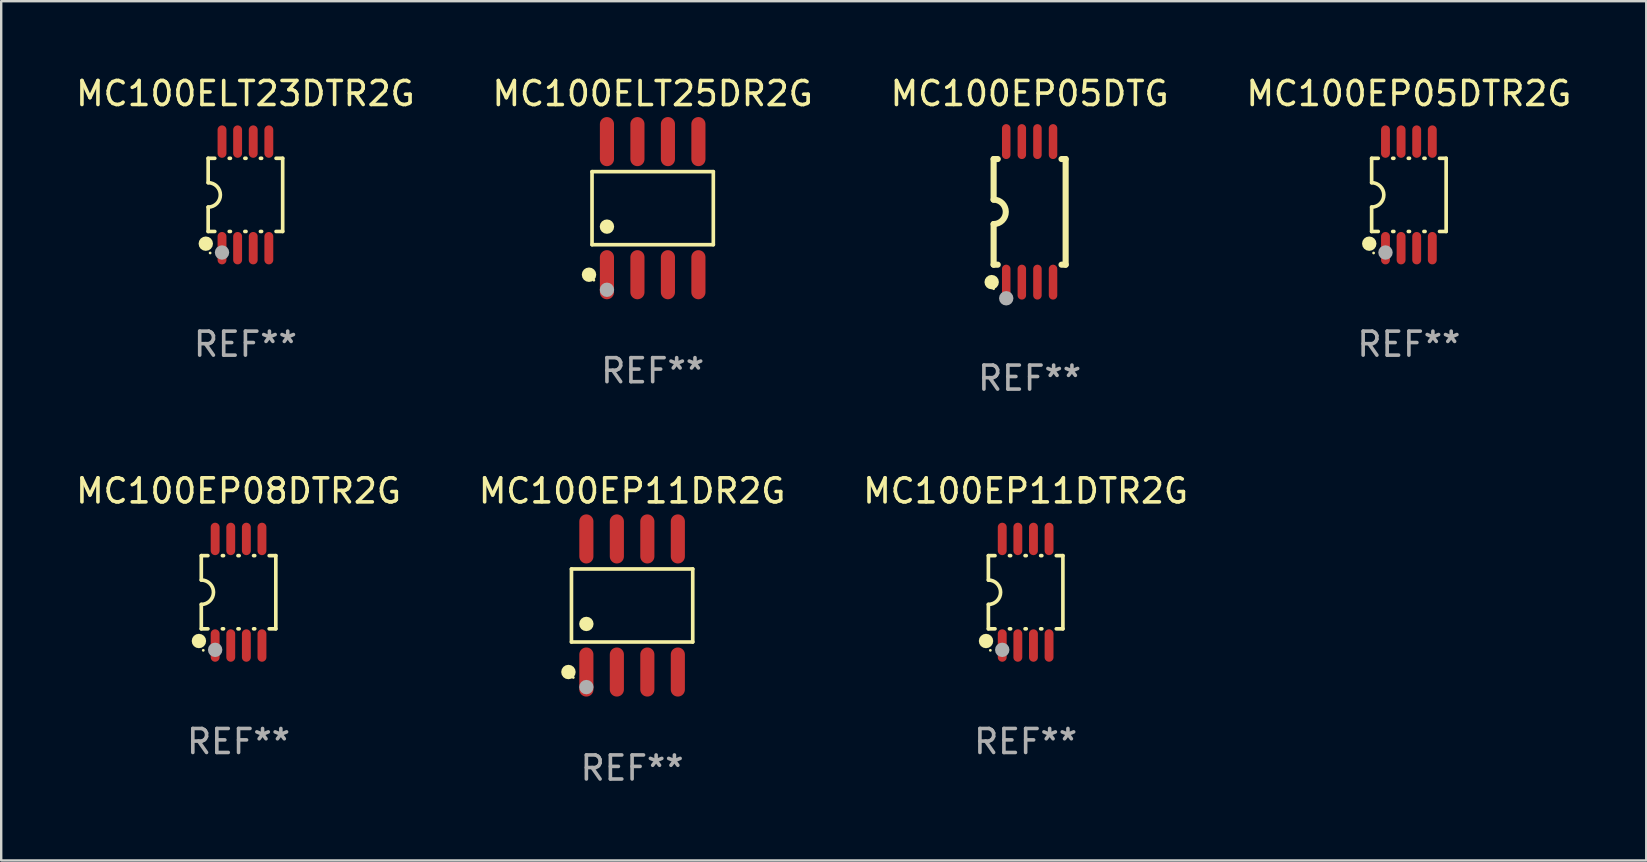
<source format=kicad_pcb>
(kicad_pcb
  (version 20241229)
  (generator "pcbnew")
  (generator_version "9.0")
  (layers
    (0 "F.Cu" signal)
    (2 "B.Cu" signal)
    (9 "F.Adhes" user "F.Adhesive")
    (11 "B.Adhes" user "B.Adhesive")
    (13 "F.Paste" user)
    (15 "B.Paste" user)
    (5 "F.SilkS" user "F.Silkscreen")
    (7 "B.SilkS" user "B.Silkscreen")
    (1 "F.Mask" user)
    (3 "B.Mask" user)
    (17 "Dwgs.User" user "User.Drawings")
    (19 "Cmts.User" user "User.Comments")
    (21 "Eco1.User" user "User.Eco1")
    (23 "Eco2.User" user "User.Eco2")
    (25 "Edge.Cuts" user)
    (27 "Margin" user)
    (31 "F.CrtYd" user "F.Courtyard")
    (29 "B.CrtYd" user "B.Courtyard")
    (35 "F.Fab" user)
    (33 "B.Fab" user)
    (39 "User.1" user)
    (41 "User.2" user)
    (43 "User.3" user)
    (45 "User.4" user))
  (footprint "MC100ELT25DR2G"
    (layer "F.Cu")
    (at 24.137 5.621)
    (property "Reference" "MC100ELT25DR2G" (at 0 -4.772 0) (layer "F.SilkS") (effects (font (size 1 1) (thickness 0.15))))
    (attr through_hole)
    (fp_line (start -2.526 -1.521) (end 2.526 -1.521) (stroke (width 0.152) (type solid)) (layer "F.SilkS"))
    (fp_line (start -2.526 1.521) (end -2.526 -1.521) (stroke (width 0.152) (type solid)) (layer "F.SilkS"))
    (fp_line (start 2.526 -1.521) (end 2.526 1.521) (stroke (width 0.152) (type solid)) (layer "F.SilkS"))
    (fp_line (start 2.526 1.521) (end -2.526 1.521) (stroke (width 0.152) (type solid)) (layer "F.SilkS"))
    (fp_circle (center -2.652 2.772) (end -2.501 2.772) (stroke (width 0.3) (type solid)) (fill no) (layer "F.SilkS"))
    (fp_circle (center -2.45 3) (end -2.42 3) (stroke (width 0.06) (type solid)) (fill no) (layer "F.SilkS"))
    (fp_circle (center -1.905 0.769) (end -1.755 0.769) (stroke (width 0.3) (type solid)) (fill no) (layer "F.SilkS"))
    (fp_circle (center -1.905 3.4) (end -1.755 3.4) (stroke (width 0.3) (type solid)) (fill no) (layer "F.Fab"))
    (fp_text user "REF**" (at 0 6.772 0) (layer "F.Fab") (effects (font (size 1 1) (thickness 0.15))))
    (pad "1" smd oval (at -1.905 2.772) (size 0.588 2.045) (layers "F.Cu" "F.Mask" "F.Paste"))
    (pad "2" smd oval (at -0.635 2.772) (size 0.588 2.045) (layers "F.Cu" "F.Mask" "F.Paste"))
    (pad "3" smd oval (at 0.635 2.772) (size 0.588 2.045) (layers "F.Cu" "F.Mask" "F.Paste"))
    (pad "4" smd oval (at 1.905 2.772) (size 0.588 2.045) (layers "F.Cu" "F.Mask" "F.Paste"))
    (pad "5" smd oval (at 1.905 -2.772) (size 0.588 2.045) (layers "F.Cu" "F.Mask" "F.Paste"))
    (pad "6" smd oval (at 0.635 -2.772) (size 0.588 2.045) (layers "F.Cu" "F.Mask" "F.Paste"))
    (pad "7" smd oval (at -0.635 -2.772) (size 0.588 2.045) (layers "F.Cu" "F.Mask" "F.Paste"))
    (pad "8" smd oval (at -1.905 -2.772) (size 0.588 2.045) (layers "F.Cu" "F.Mask" "F.Paste")))
  (footprint "MC100ELT23DTR2G"
    (layer "F.Cu")
    (at 7.173 5.068)
    (property "Reference" "MC100ELT23DTR2G" (at 0 -4.22 0) (layer "F.SilkS") (effects (font (size 1 1) (thickness 0.15))))
    (attr through_hole)
    (fp_line (start -1.552 -1.524) (end -1.276 -1.524) (stroke (width 0.152) (type solid)) (layer "F.SilkS"))
    (fp_line (start -1.552 -0.508) (end -1.552 -1.524) (stroke (width 0.152) (type solid)) (layer "F.SilkS"))
    (fp_line (start -1.552 1.524) (end -1.552 0.508) (stroke (width 0.152) (type solid)) (layer "F.SilkS"))
    (fp_line (start -1.552 1.524) (end -1.276 1.524) (stroke (width 0.152) (type solid)) (layer "F.SilkS"))
    (fp_line (start -0.674 -1.524) (end -0.626 -1.524) (stroke (width 0.152) (type solid)) (layer "F.SilkS"))
    (fp_line (start -0.674 1.524) (end -0.626 1.524) (stroke (width 0.152) (type solid)) (layer "F.SilkS"))
    (fp_line (start -0.024 -1.524) (end 0.024 -1.524) (stroke (width 0.152) (type solid)) (layer "F.SilkS"))
    (fp_line (start -0.024 1.524) (end 0.024 1.524) (stroke (width 0.152) (type solid)) (layer "F.SilkS"))
    (fp_line (start 0.626 -1.524) (end 0.674 -1.524) (stroke (width 0.152) (type solid)) (layer "F.SilkS"))
    (fp_line (start 0.626 1.524) (end 0.674 1.524) (stroke (width 0.152) (type solid)) (layer "F.SilkS"))
    (fp_line (start 1.276 1.524) (end 1.552 1.524) (stroke (width 0.152) (type solid)) (layer "F.SilkS"))
    (fp_line (start 1.276 -1.524) (end 1.552 -1.524) (stroke (width 0.152) (type solid)) (layer "F.SilkS"))
    (fp_line (start 1.552 -1.524) (end 1.552 1.524) (stroke (width 0.152) (type solid)) (layer "F.SilkS"))
    (fp_arc (start -1.551943 -0.508001) (mid -1.043942 0) (end -1.551943 0.508001) (stroke (width 0.151994) (type solid)) (layer "F.SilkS"))
    (fp_circle (center -1.651 2.032) (end -1.501 2.032) (stroke (width 0.3) (type solid)) (fill no) (layer "F.SilkS"))
    (fp_circle (center -1.47 2.42) (end -1.44 2.42) (stroke (width 0.06) (type solid)) (fill no) (layer "F.SilkS"))
    (fp_circle (center -0.975 2.4) (end -0.825 2.4) (stroke (width 0.3) (type solid)) (fill no) (layer "F.Fab"))
    (fp_text user "REF**" (at 0 6.22 0) (layer "F.Fab") (effects (font (size 1 1) (thickness 0.15))))
    (pad "1" smd oval (at -0.975 2.22) (size 0.37 1.35) (layers "F.Cu" "F.Mask" "F.Paste"))
    (pad "2" smd oval (at -0.325 2.22) (size 0.37 1.35) (layers "F.Cu" "F.Mask" "F.Paste"))
    (pad "3" smd oval (at 0.325 2.22) (size 0.37 1.35) (layers "F.Cu" "F.Mask" "F.Paste"))
    (pad "4" smd oval (at 0.975 2.22) (size 0.37 1.35) (layers "F.Cu" "F.Mask" "F.Paste"))
    (pad "5" smd oval (at 0.975 -2.22) (size 0.37 1.35) (layers "F.Cu" "F.Mask" "F.Paste"))
    (pad "6" smd oval (at 0.325 -2.22) (size 0.37 1.35) (layers "F.Cu" "F.Mask" "F.Paste"))
    (pad "7" smd oval (at -0.325 -2.22) (size 0.37 1.35) (layers "F.Cu" "F.Mask" "F.Paste"))
    (pad "8" smd oval (at -0.975 -2.22) (size 0.37 1.35) (layers "F.Cu" "F.Mask" "F.Paste")))
  (footprint "MC100EP11DR2G"
    (layer "F.Cu")
    (at 23.28 22.171)
    (property "Reference" "MC100EP11DR2G" (at 0 -4.772 0) (layer "F.SilkS") (effects (font (size 1 1) (thickness 0.15))))
    (attr through_hole)
    (fp_line (start -2.526 -1.521) (end 2.526 -1.521) (stroke (width 0.152) (type solid)) (layer "F.SilkS"))
    (fp_line (start -2.526 1.521) (end -2.526 -1.521) (stroke (width 0.152) (type solid)) (layer "F.SilkS"))
    (fp_line (start 2.526 -1.521) (end 2.526 1.521) (stroke (width 0.152) (type solid)) (layer "F.SilkS"))
    (fp_line (start 2.526 1.521) (end -2.526 1.521) (stroke (width 0.152) (type solid)) (layer "F.SilkS"))
    (fp_circle (center -2.652 2.772) (end -2.501 2.772) (stroke (width 0.3) (type solid)) (fill no) (layer "F.SilkS"))
    (fp_circle (center -2.45 3) (end -2.42 3) (stroke (width 0.06) (type solid)) (fill no) (layer "F.SilkS"))
    (fp_circle (center -1.905 0.769) (end -1.755 0.769) (stroke (width 0.3) (type solid)) (fill no) (layer "F.SilkS"))
    (fp_circle (center -1.905 3.4) (end -1.755 3.4) (stroke (width 0.3) (type solid)) (fill no) (layer "F.Fab"))
    (fp_text user "REF**" (at 0 6.772 0) (layer "F.Fab") (effects (font (size 1 1) (thickness 0.15))))
    (pad "1" smd oval (at -1.905 2.772) (size 0.588 2.045) (layers "F.Cu" "F.Mask" "F.Paste"))
    (pad "2" smd oval (at -0.635 2.772) (size 0.588 2.045) (layers "F.Cu" "F.Mask" "F.Paste"))
    (pad "3" smd oval (at 0.635 2.772) (size 0.588 2.045) (layers "F.Cu" "F.Mask" "F.Paste"))
    (pad "4" smd oval (at 1.905 2.772) (size 0.588 2.045) (layers "F.Cu" "F.Mask" "F.Paste"))
    (pad "5" smd oval (at 1.905 -2.772) (size 0.588 2.045) (layers "F.Cu" "F.Mask" "F.Paste"))
    (pad "6" smd oval (at 0.635 -2.772) (size 0.588 2.045) (layers "F.Cu" "F.Mask" "F.Paste"))
    (pad "7" smd oval (at -0.635 -2.772) (size 0.588 2.045) (layers "F.Cu" "F.Mask" "F.Paste"))
    (pad "8" smd oval (at -1.905 -2.772) (size 0.588 2.045) (layers "F.Cu" "F.Mask" "F.Paste")))
  (footprint "MC100EP05DTR2G"
    (layer "F.Cu")
    (at 55.637 5.068)
    (property "Reference" "MC100EP05DTR2G" (at 0 -4.22 0) (layer "F.SilkS") (effects (font (size 1 1) (thickness 0.15))))
    (attr through_hole)
    (fp_line (start -1.552 -1.524) (end -1.276 -1.524) (stroke (width 0.152) (type solid)) (layer "F.SilkS"))
    (fp_line (start -1.552 -0.508) (end -1.552 -1.524) (stroke (width 0.152) (type solid)) (layer "F.SilkS"))
    (fp_line (start -1.552 1.524) (end -1.552 0.508) (stroke (width 0.152) (type solid)) (layer "F.SilkS"))
    (fp_line (start -1.552 1.524) (end -1.276 1.524) (stroke (width 0.152) (type solid)) (layer "F.SilkS"))
    (fp_line (start -0.674 -1.524) (end -0.626 -1.524) (stroke (width 0.152) (type solid)) (layer "F.SilkS"))
    (fp_line (start -0.674 1.524) (end -0.626 1.524) (stroke (width 0.152) (type solid)) (layer "F.SilkS"))
    (fp_line (start -0.024 -1.524) (end 0.024 -1.524) (stroke (width 0.152) (type solid)) (layer "F.SilkS"))
    (fp_line (start -0.024 1.524) (end 0.024 1.524) (stroke (width 0.152) (type solid)) (layer "F.SilkS"))
    (fp_line (start 0.626 -1.524) (end 0.674 -1.524) (stroke (width 0.152) (type solid)) (layer "F.SilkS"))
    (fp_line (start 0.626 1.524) (end 0.674 1.524) (stroke (width 0.152) (type solid)) (layer "F.SilkS"))
    (fp_line (start 1.276 1.524) (end 1.552 1.524) (stroke (width 0.152) (type solid)) (layer "F.SilkS"))
    (fp_line (start 1.276 -1.524) (end 1.552 -1.524) (stroke (width 0.152) (type solid)) (layer "F.SilkS"))
    (fp_line (start 1.552 -1.524) (end 1.552 1.524) (stroke (width 0.152) (type solid)) (layer "F.SilkS"))
    (fp_arc (start -1.551943 -0.508001) (mid -1.043942 0) (end -1.551943 0.508001) (stroke (width 0.151994) (type solid)) (layer "F.SilkS"))
    (fp_circle (center -1.651 2.032) (end -1.501 2.032) (stroke (width 0.3) (type solid)) (fill no) (layer "F.SilkS"))
    (fp_circle (center -1.47 2.42) (end -1.44 2.42) (stroke (width 0.06) (type solid)) (fill no) (layer "F.SilkS"))
    (fp_circle (center -0.975 2.4) (end -0.825 2.4) (stroke (width 0.3) (type solid)) (fill no) (layer "F.Fab"))
    (fp_text user "REF**" (at 0 6.22 0) (layer "F.Fab") (effects (font (size 1 1) (thickness 0.15))))
    (pad "1" smd oval (at -0.975 2.22) (size 0.37 1.35) (layers "F.Cu" "F.Mask" "F.Paste"))
    (pad "2" smd oval (at -0.325 2.22) (size 0.37 1.35) (layers "F.Cu" "F.Mask" "F.Paste"))
    (pad "3" smd oval (at 0.325 2.22) (size 0.37 1.35) (layers "F.Cu" "F.Mask" "F.Paste"))
    (pad "4" smd oval (at 0.975 2.22) (size 0.37 1.35) (layers "F.Cu" "F.Mask" "F.Paste"))
    (pad "5" smd oval (at 0.975 -2.22) (size 0.37 1.35) (layers "F.Cu" "F.Mask" "F.Paste"))
    (pad "6" smd oval (at 0.325 -2.22) (size 0.37 1.35) (layers "F.Cu" "F.Mask" "F.Paste"))
    (pad "7" smd oval (at -0.325 -2.22) (size 0.37 1.35) (layers "F.Cu" "F.Mask" "F.Paste"))
    (pad "8" smd oval (at -0.975 -2.22) (size 0.37 1.35) (layers "F.Cu" "F.Mask" "F.Paste")))
  (footprint "MC100EP05DTG"
    (layer "F.Cu")
    (at 39.839 5.775)
    (property "Reference" "MC100EP05DTG" (at 0 -4.927 0) (layer "F.SilkS") (effects (font (size 1 1) (thickness 0.15))))
    (attr through_hole)
    (fp_line (start -1.5 -2.2) (end -1.5 -0.508) (stroke (width 0.254) (type solid)) (layer "F.SilkS"))
    (fp_line (start -1.5 -2.2) (end -1.328 -2.2) (stroke (width 0.254) (type solid)) (layer "F.SilkS"))
    (fp_line (start -1.5 2.2) (end -1.5 0.508) (stroke (width 0.254) (type solid)) (layer "F.SilkS"))
    (fp_line (start -1.5 2.2) (end -1.328 2.2) (stroke (width 0.254) (type solid)) (layer "F.SilkS"))
    (fp_line (start 1.328 -2.2) (end 1.5 -2.2) (stroke (width 0.254) (type solid)) (layer "F.SilkS"))
    (fp_line (start 1.328 2.2) (end 1.5 2.2) (stroke (width 0.254) (type solid)) (layer "F.SilkS"))
    (fp_line (start 1.5 -2.2) (end 1.5 2.2) (stroke (width 0.254) (type solid)) (layer "F.SilkS"))
    (fp_arc (start -1.501144 -0.508) (mid -0.993143 -0.000571) (end -1.5 0.508001) (stroke (width 0.254001) (type solid)) (layer "F.SilkS"))
    (fp_circle (center -1.581 2.927) (end -1.431 2.927) (stroke (width 0.3) (type solid)) (fill no) (layer "F.SilkS"))
    (fp_circle (center -1.5 3.2) (end -1.47 3.2) (stroke (width 0.06) (type solid)) (fill no) (layer "F.SilkS"))
    (fp_circle (center -0.975 3.6) (end -0.825 3.6) (stroke (width 0.3) (type solid)) (fill no) (layer "F.Fab"))
    (fp_text user "REF**" (at 0 6.927 0) (layer "F.Fab") (effects (font (size 1 1) (thickness 0.15))))
    (pad "1" smd oval (at -0.975 2.927) (size 0.353 1.454) (layers "F.Cu" "F.Mask" "F.Paste"))
    (pad "2" smd oval (at -0.325 2.927) (size 0.353 1.454) (layers "F.Cu" "F.Mask" "F.Paste"))
    (pad "3" smd oval (at 0.325 2.927) (size 0.353 1.454) (layers "F.Cu" "F.Mask" "F.Paste"))
    (pad "4" smd oval (at 0.975 2.927) (size 0.353 1.454) (layers "F.Cu" "F.Mask" "F.Paste"))
    (pad "5" smd oval (at 0.975 -2.927) (size 0.353 1.454) (layers "F.Cu" "F.Mask" "F.Paste"))
    (pad "6" smd oval (at 0.325 -2.927) (size 0.353 1.454) (layers "F.Cu" "F.Mask" "F.Paste"))
    (pad "7" smd oval (at -0.325 -2.927) (size 0.353 1.454) (layers "F.Cu" "F.Mask" "F.Paste"))
    (pad "8" smd oval (at -0.975 -2.927) (size 0.353 1.454) (layers "F.Cu" "F.Mask" "F.Paste")))
  (footprint "MC100EP11DTR2G"
    (layer "F.Cu")
    (at 39.673 21.619)
    (property "Reference" "MC100EP11DTR2G" (at 0 -4.22 0) (layer "F.SilkS") (effects (font (size 1 1) (thickness 0.15))))
    (attr through_hole)
    (fp_line (start -1.552 -1.524) (end -1.276 -1.524) (stroke (width 0.152) (type solid)) (layer "F.SilkS"))
    (fp_line (start -1.552 -0.508) (end -1.552 -1.524) (stroke (width 0.152) (type solid)) (layer "F.SilkS"))
    (fp_line (start -1.552 1.524) (end -1.552 0.508) (stroke (width 0.152) (type solid)) (layer "F.SilkS"))
    (fp_line (start -1.552 1.524) (end -1.276 1.524) (stroke (width 0.152) (type solid)) (layer "F.SilkS"))
    (fp_line (start -0.674 -1.524) (end -0.626 -1.524) (stroke (width 0.152) (type solid)) (layer "F.SilkS"))
    (fp_line (start -0.674 1.524) (end -0.626 1.524) (stroke (width 0.152) (type solid)) (layer "F.SilkS"))
    (fp_line (start -0.024 -1.524) (end 0.024 -1.524) (stroke (width 0.152) (type solid)) (layer "F.SilkS"))
    (fp_line (start -0.024 1.524) (end 0.024 1.524) (stroke (width 0.152) (type solid)) (layer "F.SilkS"))
    (fp_line (start 0.626 -1.524) (end 0.674 -1.524) (stroke (width 0.152) (type solid)) (layer "F.SilkS"))
    (fp_line (start 0.626 1.524) (end 0.674 1.524) (stroke (width 0.152) (type solid)) (layer "F.SilkS"))
    (fp_line (start 1.276 1.524) (end 1.552 1.524) (stroke (width 0.152) (type solid)) (layer "F.SilkS"))
    (fp_line (start 1.276 -1.524) (end 1.552 -1.524) (stroke (width 0.152) (type solid)) (layer "F.SilkS"))
    (fp_line (start 1.552 -1.524) (end 1.552 1.524) (stroke (width 0.152) (type solid)) (layer "F.SilkS"))
    (fp_arc (start -1.551943 -0.508001) (mid -1.043942 0) (end -1.551943 0.508001) (stroke (width 0.151994) (type solid)) (layer "F.SilkS"))
    (fp_circle (center -1.651 2.032) (end -1.501 2.032) (stroke (width 0.3) (type solid)) (fill no) (layer "F.SilkS"))
    (fp_circle (center -1.47 2.42) (end -1.44 2.42) (stroke (width 0.06) (type solid)) (fill no) (layer "F.SilkS"))
    (fp_circle (center -0.975 2.4) (end -0.825 2.4) (stroke (width 0.3) (type solid)) (fill no) (layer "F.Fab"))
    (fp_text user "REF**" (at 0 6.22 0) (layer "F.Fab") (effects (font (size 1 1) (thickness 0.15))))
    (pad "1" smd oval (at -0.975 2.22) (size 0.37 1.35) (layers "F.Cu" "F.Mask" "F.Paste"))
    (pad "2" smd oval (at -0.325 2.22) (size 0.37 1.35) (layers "F.Cu" "F.Mask" "F.Paste"))
    (pad "3" smd oval (at 0.325 2.22) (size 0.37 1.35) (layers "F.Cu" "F.Mask" "F.Paste"))
    (pad "4" smd oval (at 0.975 2.22) (size 0.37 1.35) (layers "F.Cu" "F.Mask" "F.Paste"))
    (pad "5" smd oval (at 0.975 -2.22) (size 0.37 1.35) (layers "F.Cu" "F.Mask" "F.Paste"))
    (pad "6" smd oval (at 0.325 -2.22) (size 0.37 1.35) (layers "F.Cu" "F.Mask" "F.Paste"))
    (pad "7" smd oval (at -0.325 -2.22) (size 0.37 1.35) (layers "F.Cu" "F.Mask" "F.Paste"))
    (pad "8" smd oval (at -0.975 -2.22) (size 0.37 1.35) (layers "F.Cu" "F.Mask" "F.Paste")))
  (footprint "MC100EP08DTR2G"
    (layer "F.Cu")
    (at 6.887 21.619)
    (property "Reference" "MC100EP08DTR2G" (at 0 -4.22 0) (layer "F.SilkS") (effects (font (size 1 1) (thickness 0.15))))
    (attr through_hole)
    (fp_line (start -1.552 -1.524) (end -1.276 -1.524) (stroke (width 0.152) (type solid)) (layer "F.SilkS"))
    (fp_line (start -1.552 -0.508) (end -1.552 -1.524) (stroke (width 0.152) (type solid)) (layer "F.SilkS"))
    (fp_line (start -1.552 1.524) (end -1.552 0.508) (stroke (width 0.152) (type solid)) (layer "F.SilkS"))
    (fp_line (start -1.552 1.524) (end -1.276 1.524) (stroke (width 0.152) (type solid)) (layer "F.SilkS"))
    (fp_line (start -0.674 -1.524) (end -0.626 -1.524) (stroke (width 0.152) (type solid)) (layer "F.SilkS"))
    (fp_line (start -0.674 1.524) (end -0.626 1.524) (stroke (width 0.152) (type solid)) (layer "F.SilkS"))
    (fp_line (start -0.024 -1.524) (end 0.024 -1.524) (stroke (width 0.152) (type solid)) (layer "F.SilkS"))
    (fp_line (start -0.024 1.524) (end 0.024 1.524) (stroke (width 0.152) (type solid)) (layer "F.SilkS"))
    (fp_line (start 0.626 -1.524) (end 0.674 -1.524) (stroke (width 0.152) (type solid)) (layer "F.SilkS"))
    (fp_line (start 0.626 1.524) (end 0.674 1.524) (stroke (width 0.152) (type solid)) (layer "F.SilkS"))
    (fp_line (start 1.276 1.524) (end 1.552 1.524) (stroke (width 0.152) (type solid)) (layer "F.SilkS"))
    (fp_line (start 1.276 -1.524) (end 1.552 -1.524) (stroke (width 0.152) (type solid)) (layer "F.SilkS"))
    (fp_line (start 1.552 -1.524) (end 1.552 1.524) (stroke (width 0.152) (type solid)) (layer "F.SilkS"))
    (fp_arc (start -1.551943 -0.508001) (mid -1.043942 0) (end -1.551943 0.508001) (stroke (width 0.151994) (type solid)) (layer "F.SilkS"))
    (fp_circle (center -1.651 2.032) (end -1.501 2.032) (stroke (width 0.3) (type solid)) (fill no) (layer "F.SilkS"))
    (fp_circle (center -1.47 2.42) (end -1.44 2.42) (stroke (width 0.06) (type solid)) (fill no) (layer "F.SilkS"))
    (fp_circle (center -0.975 2.4) (end -0.825 2.4) (stroke (width 0.3) (type solid)) (fill no) (layer "F.Fab"))
    (fp_text user "REF**" (at 0 6.22 0) (layer "F.Fab") (effects (font (size 1 1) (thickness 0.15))))
    (pad "1" smd oval (at -0.975 2.22) (size 0.37 1.35) (layers "F.Cu" "F.Mask" "F.Paste"))
    (pad "2" smd oval (at -0.325 2.22) (size 0.37 1.35) (layers "F.Cu" "F.Mask" "F.Paste"))
    (pad "3" smd oval (at 0.325 2.22) (size 0.37 1.35) (layers "F.Cu" "F.Mask" "F.Paste"))
    (pad "4" smd oval (at 0.975 2.22) (size 0.37 1.35) (layers "F.Cu" "F.Mask" "F.Paste"))
    (pad "5" smd oval (at 0.975 -2.22) (size 0.37 1.35) (layers "F.Cu" "F.Mask" "F.Paste"))
    (pad "6" smd oval (at 0.325 -2.22) (size 0.37 1.35) (layers "F.Cu" "F.Mask" "F.Paste"))
    (pad "7" smd oval (at -0.325 -2.22) (size 0.37 1.35) (layers "F.Cu" "F.Mask" "F.Paste"))
    (pad "8" smd oval (at -0.975 -2.22) (size 0.37 1.35) (layers "F.Cu" "F.Mask" "F.Paste")))
  (gr_rect
    (start -3 -3)
    (end 65.524 32.792)
    (stroke (width 0.1) (type default))
    (fill no)
    (layer "Edge.Cuts")))
</source>
